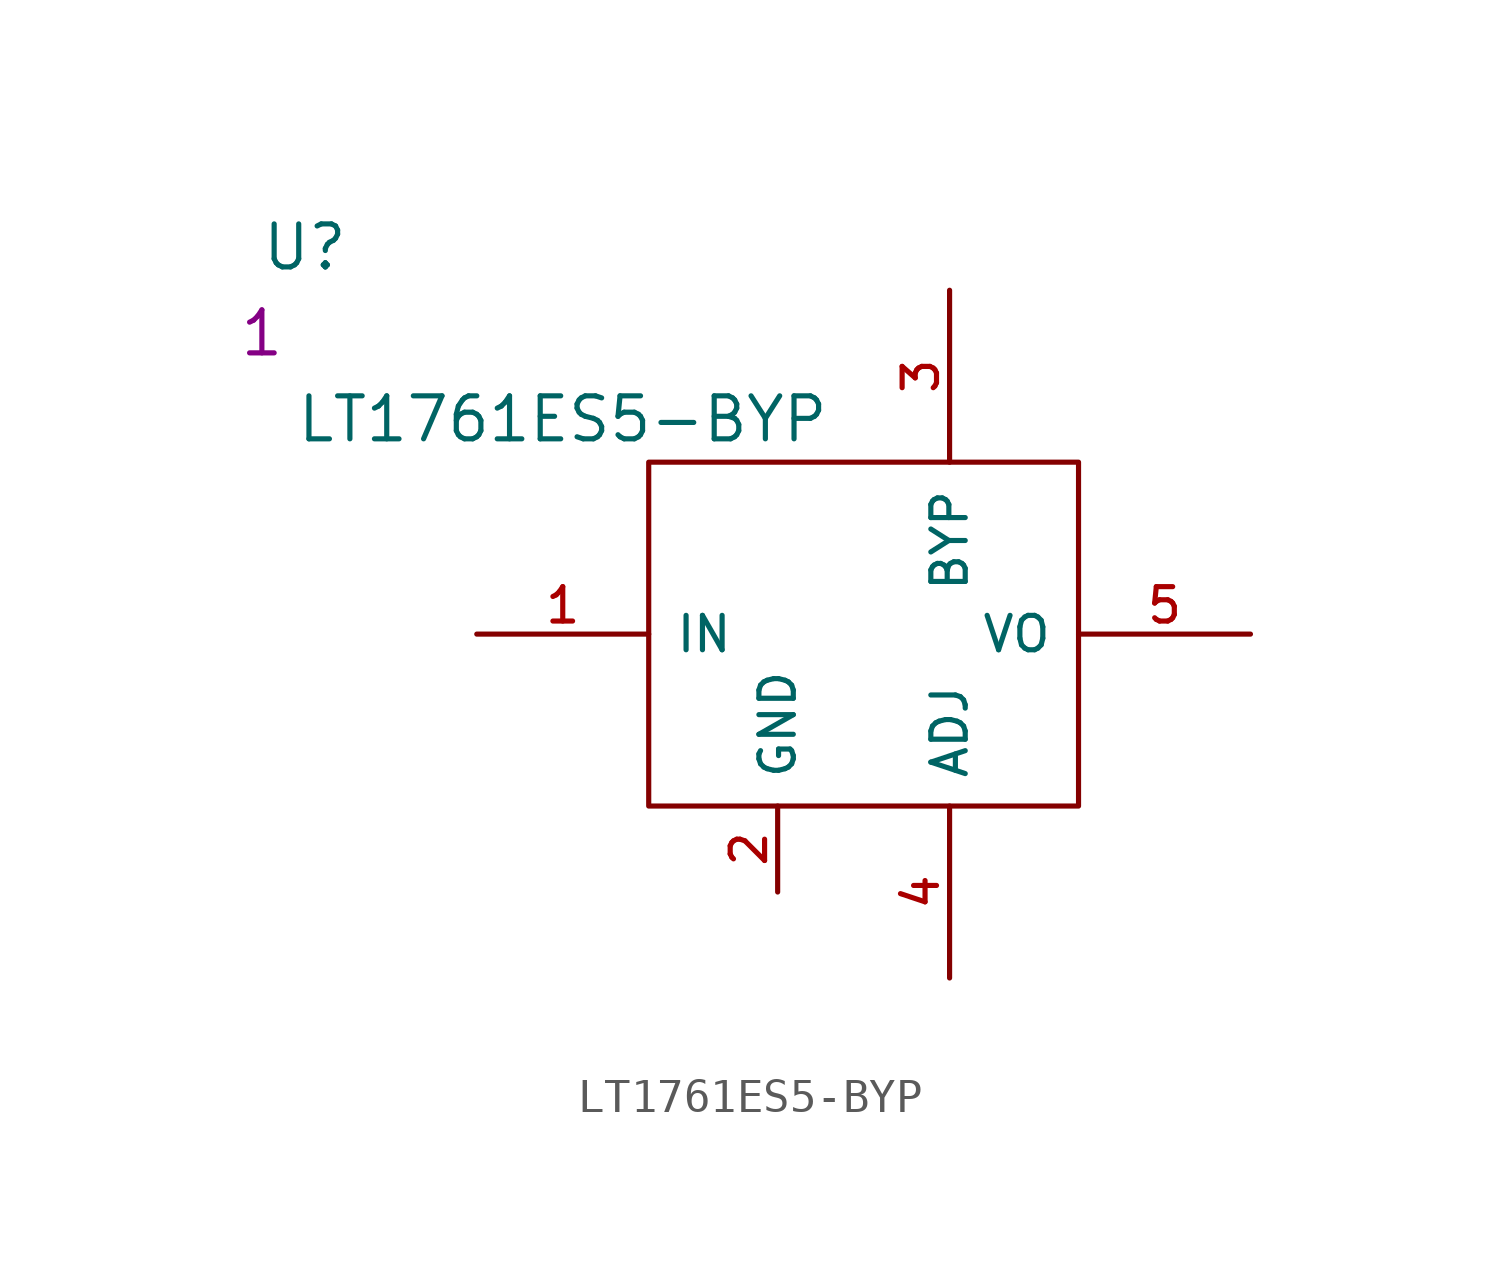
<source format=kicad_sym>
(kicad_symbol_lib
  (version 20211014)
  (generator kicad_symbol_editor)
  (symbol "LT1761ES5-BYP"
    (pin_names
      (offset 0.762))
    (property "Reference" "U"
      (at -5.08 11.43 0)
      (effects (font (size 1.27 1.27))))
    (property "Value" "LT1761ES5-BYP"
      (at 2.54 6.35 0)
      (effects (font (size 1.27 1.27))))
    (property "Qty" "1"
      (at -6.35 8.89 0)
      (effects (font (size 1.27 1.27))))
    (symbol "LT1761ES5-BYP_0_1"
      (rectangle (start 5.08 -5.08) (end 17.78 5.08) (stroke (width 0) (type default) (color 0 0 0 0)) (fill (type none))))
    (symbol "LT1761ES5-BYP_1_1"
      (pin power_in line (at 0 0 0) (length 5.08) (name "IN" (effects (font (size 1.016 1.016)))) (number "1" (effects (font (size 1.016 1.016)))))
      (pin power_in line (at 8.89 -7.62 90) (length 2.54) (name "GND" (effects (font (size 1.016 1.016)))) (number "2" (effects (font (size 1.016 1.016)))))
      (pin input line (at 13.97 10.16 270) (length 5.08) (name "BYP" (effects (font (size 1.016 1.016)))) (number "3" (effects (font (size 1.016 1.016)))))
      (pin input line (at 13.97 -10.16 90) (length 5.08) (name "ADJ" (effects (font (size 1.016 1.016)))) (number "4" (effects (font (size 1.016 1.016)))))
      (pin power_out line (at 22.86 0 180) (length 5.08) (name "VO" (effects (font (size 1.016 1.016)))) (number "5" (effects (font (size 1.016 1.016))))))))
</source>
